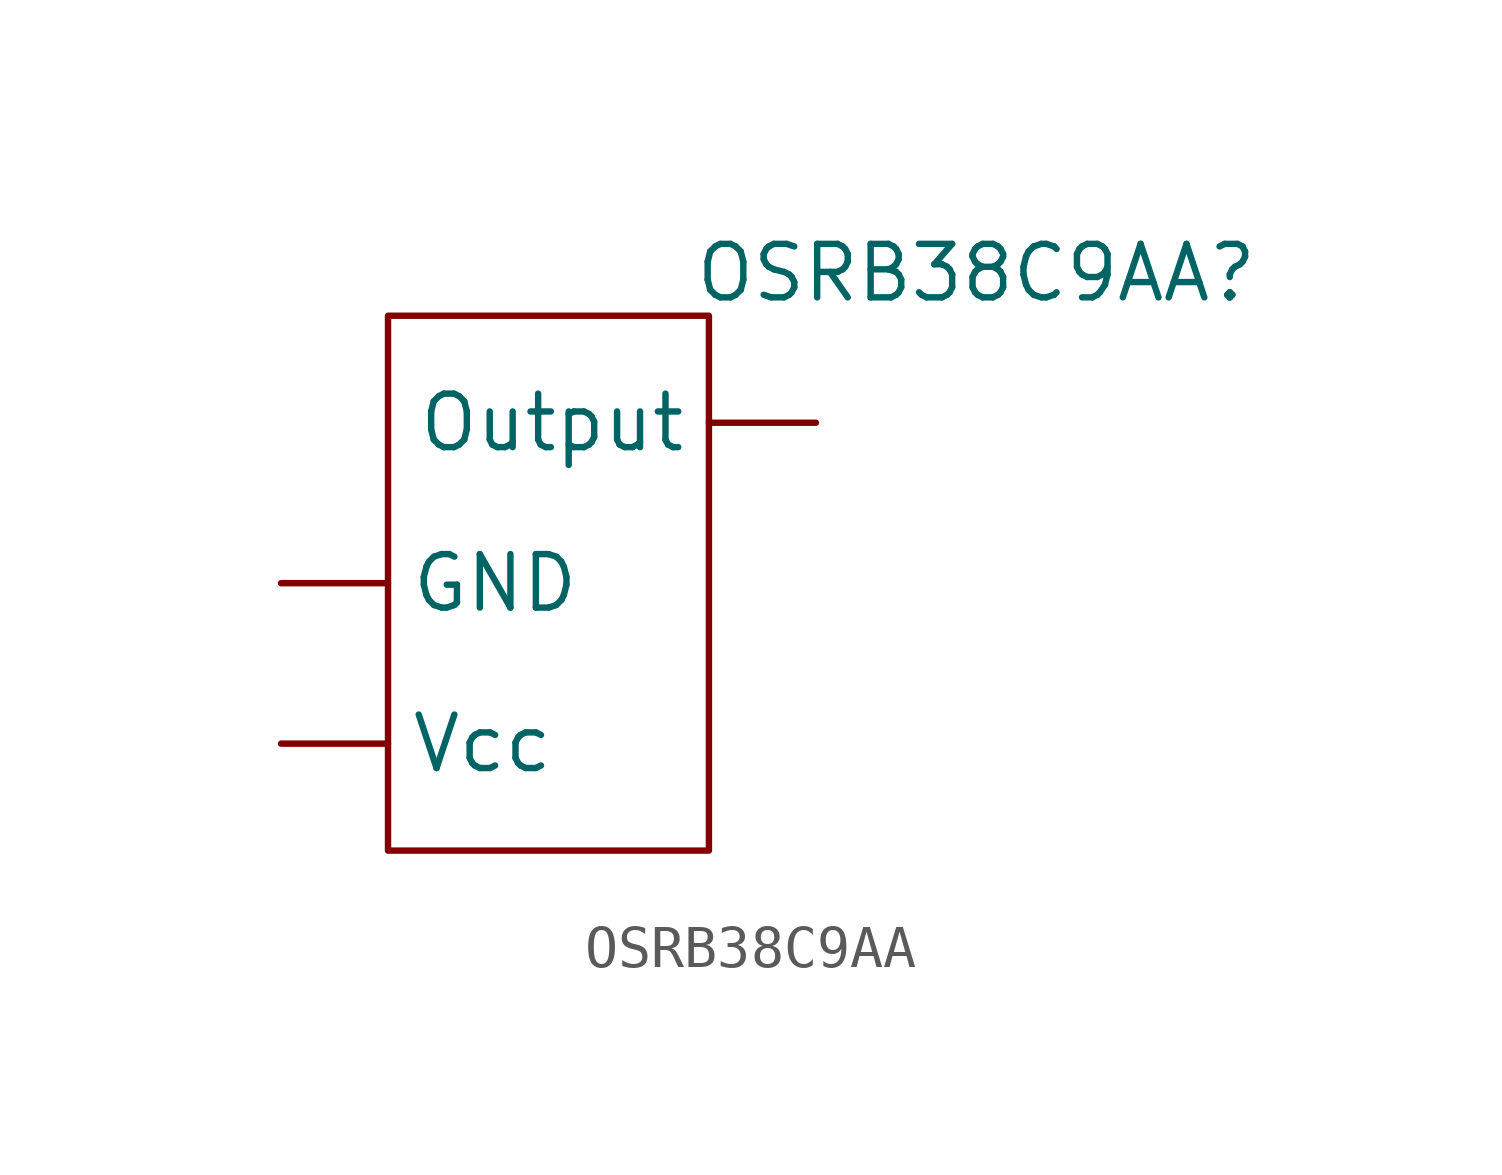
<source format=kicad_sym>
(kicad_symbol_lib
  (version 20241209)
  (generator "kicad_symbol_editor")
  (generator_version "9.0")
  (symbol "OSRB38C9AA"
    (property "Reference" "OSRB38C9AA"
      (at 10.16 7.366 0)
      (effects (font (size 1.27 1.27))))
    (property "Value" ""
      (at 0 0 0)
      (effects (font (size 1.27 1.27))))
    (symbol "OSRB38C9AA_0_1"
      (rectangle (start 3.81 6.35) (end -3.81 -6.35) (stroke (width 0) (type default)) (fill (type none))))
    (symbol "OSRB38C9AA_1_1"
      (pin passive line (at -6.35 0 0) (length 2.54) (name "GND" (effects (font (size 1.27 1.27)))) (number "" (effects (font (size 1.27 1.27)))))
      (pin passive line (at -6.35 -3.81 0) (length 2.54) (name "Vcc" (effects (font (size 1.27 1.27)))) (number "" (effects (font (size 1.27 1.27)))))
      (pin passive line (at 6.35 3.81 180) (length 2.54) (name "Output" (effects (font (size 1.27 1.27)))) (number "" (effects (font (size 1.27 1.27))))))))
</source>
